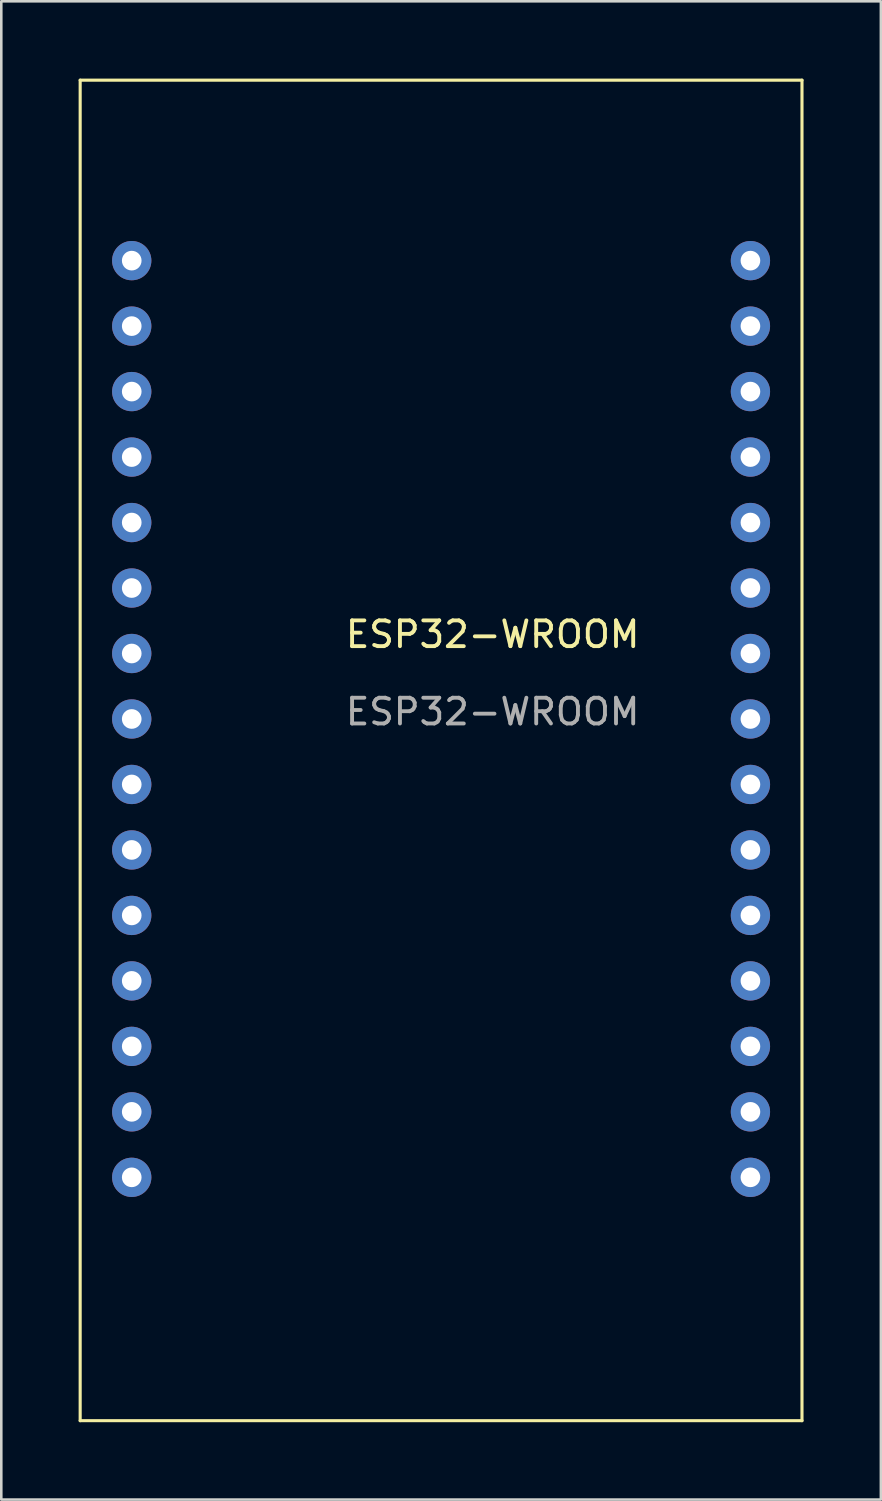
<source format=kicad_pcb>
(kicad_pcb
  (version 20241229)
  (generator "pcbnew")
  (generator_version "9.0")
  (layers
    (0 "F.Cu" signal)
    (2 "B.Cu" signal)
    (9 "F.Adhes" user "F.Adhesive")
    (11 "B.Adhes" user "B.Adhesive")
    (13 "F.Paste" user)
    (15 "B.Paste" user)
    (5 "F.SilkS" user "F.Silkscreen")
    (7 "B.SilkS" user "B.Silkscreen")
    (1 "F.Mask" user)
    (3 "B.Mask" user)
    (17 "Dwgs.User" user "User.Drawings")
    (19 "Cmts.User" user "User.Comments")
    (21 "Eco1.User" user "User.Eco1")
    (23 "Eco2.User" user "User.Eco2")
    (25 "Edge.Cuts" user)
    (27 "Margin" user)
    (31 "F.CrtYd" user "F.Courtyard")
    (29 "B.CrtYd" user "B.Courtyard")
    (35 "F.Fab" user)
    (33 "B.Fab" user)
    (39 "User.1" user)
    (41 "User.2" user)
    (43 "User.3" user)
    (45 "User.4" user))
  (footprint "ESP32-WROOM"
    (layer "F.Cu")
    (at 14.06 26.06)
    (property "Reference" "ESP32-WROOM" (at 2 -4.5 0) (unlocked yes) (layer "F.SilkS") (effects (font (size 1 1) (thickness 0.15))))
    (attr through_hole)
    (fp_line (start -14 -26) (end -14 26) (stroke (width 0.12) (type solid)) (layer "F.SilkS"))
    (fp_line (start -14 26) (end 14 26) (stroke (width 0.12) (type solid)) (layer "F.SilkS"))
    (fp_line (start 14 -26) (end -14 -26) (stroke (width 0.12) (type solid)) (layer "F.SilkS"))
    (fp_line (start 14 26) (end 14 -26) (stroke (width 0.12) (type solid)) (layer "F.SilkS"))
    (fp_text user "${REFERENCE}" (at 2 -1.5 0) (unlocked yes) (layer "F.Fab") (effects (font (size 1 1) (thickness 0.15))))
    (pad "1" thru_hole circle (at -12 -19) (size 1.524 1.524) (drill 0.762) (layers "*.Cu" "*.Mask"))
    (pad "2" thru_hole circle (at -12 -16.46) (size 1.524 1.524) (drill 0.762) (layers "*.Cu" "*.Mask"))
    (pad "3" thru_hole circle (at -12 -13.92) (size 1.524 1.524) (drill 0.762) (layers "*.Cu" "*.Mask"))
    (pad "4" thru_hole circle (at -12 -11.38) (size 1.524 1.524) (drill 0.762) (layers "*.Cu" "*.Mask"))
    (pad "5" thru_hole circle (at -12 -8.84) (size 1.524 1.524) (drill 0.762) (layers "*.Cu" "*.Mask"))
    (pad "6" thru_hole circle (at -12 -6.3) (size 1.524 1.524) (drill 0.762) (layers "*.Cu" "*.Mask"))
    (pad "7" thru_hole circle (at -12 -3.76) (size 1.524 1.524) (drill 0.762) (layers "*.Cu" "*.Mask"))
    (pad "8" thru_hole circle (at -12 -1.22) (size 1.524 1.524) (drill 0.762) (layers "*.Cu" "*.Mask"))
    (pad "9" thru_hole circle (at -12 1.32) (size 1.524 1.524) (drill 0.762) (layers "*.Cu" "*.Mask"))
    (pad "10" thru_hole circle (at -12 3.86) (size 1.524 1.524) (drill 0.762) (layers "*.Cu" "*.Mask"))
    (pad "11" thru_hole circle (at -12 6.4) (size 1.524 1.524) (drill 0.762) (layers "*.Cu" "*.Mask"))
    (pad "12" thru_hole circle (at -12 8.94) (size 1.524 1.524) (drill 0.762) (layers "*.Cu" "*.Mask"))
    (pad "13" thru_hole circle (at -12 11.48) (size 1.524 1.524) (drill 0.762) (layers "*.Cu" "*.Mask"))
    (pad "14" thru_hole circle (at -12 14.02) (size 1.524 1.524) (drill 0.762) (layers "*.Cu" "*.Mask"))
    (pad "15" thru_hole circle (at -12 16.56) (size 1.524 1.524) (drill 0.762) (layers "*.Cu" "*.Mask"))
    (pad "16" thru_hole circle (at 12 16.56) (size 1.524 1.524) (drill 0.762) (layers "*.Cu" "*.Mask"))
    (pad "17" thru_hole circle (at 12 14.02) (size 1.524 1.524) (drill 0.762) (layers "*.Cu" "*.Mask"))
    (pad "18" thru_hole circle (at 12 11.48) (size 1.524 1.524) (drill 0.762) (layers "*.Cu" "*.Mask"))
    (pad "19" thru_hole circle (at 12 8.94) (size 1.524 1.524) (drill 0.762) (layers "*.Cu" "*.Mask"))
    (pad "20" thru_hole circle (at 12 6.4) (size 1.524 1.524) (drill 0.762) (layers "*.Cu" "*.Mask"))
    (pad "21" thru_hole circle (at 12 3.86) (size 1.524 1.524) (drill 0.762) (layers "*.Cu" "*.Mask"))
    (pad "22" thru_hole circle (at 12 1.32) (size 1.524 1.524) (drill 0.762) (layers "*.Cu" "*.Mask"))
    (pad "23" thru_hole circle (at 12 -1.22) (size 1.524 1.524) (drill 0.762) (layers "*.Cu" "*.Mask"))
    (pad "24" thru_hole circle (at 12 -3.76) (size 1.524 1.524) (drill 0.762) (layers "*.Cu" "*.Mask"))
    (pad "25" thru_hole circle (at 12 -6.3) (size 1.524 1.524) (drill 0.762) (layers "*.Cu" "*.Mask"))
    (pad "26" thru_hole circle (at 12 -8.84) (size 1.524 1.524) (drill 0.762) (layers "*.Cu" "*.Mask"))
    (pad "27" thru_hole circle (at 12 -11.38) (size 1.524 1.524) (drill 0.762) (layers "*.Cu" "*.Mask"))
    (pad "28" thru_hole circle (at 12 -13.92) (size 1.524 1.524) (drill 0.762) (layers "*.Cu" "*.Mask"))
    (pad "29" thru_hole circle (at 12 -16.46) (size 1.524 1.524) (drill 0.762) (layers "*.Cu" "*.Mask"))
    (pad "30" thru_hole circle (at 12 -19) (size 1.524 1.524) (drill 0.762) (layers "*.Cu" "*.Mask")))
  (gr_rect
    (start -3 -3)
    (end 31.12 55.12)
    (stroke (width 0.1) (type default))
    (fill no)
    (layer "Edge.Cuts")))
</source>
